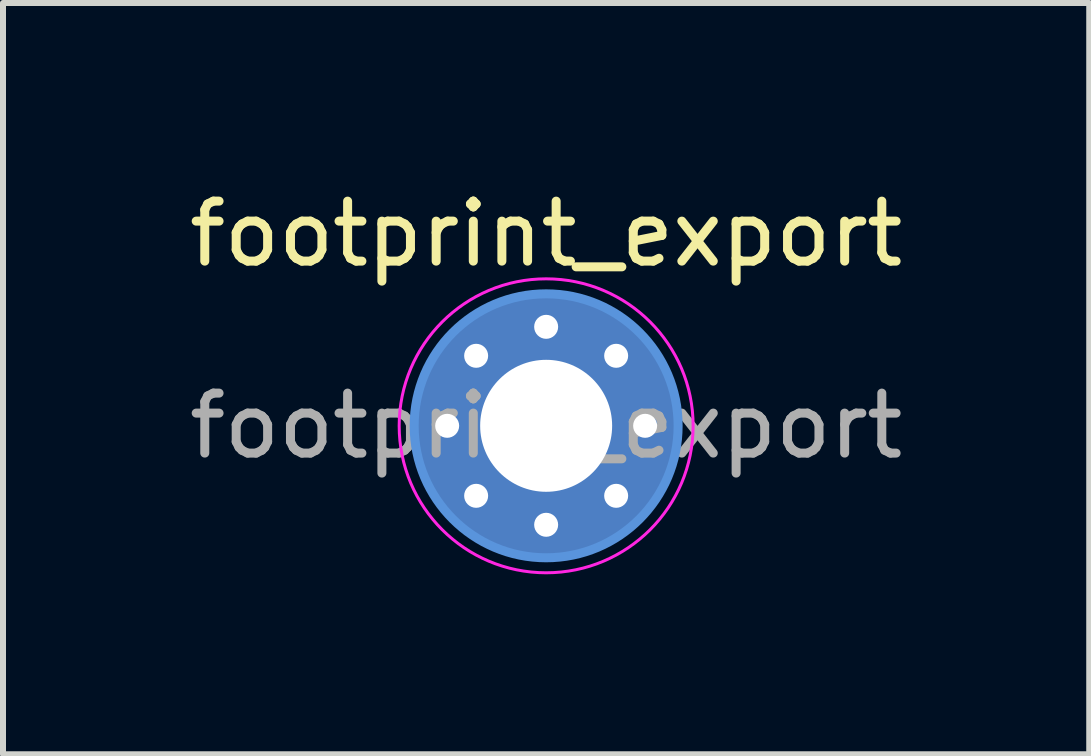
<source format=kicad_pcb>
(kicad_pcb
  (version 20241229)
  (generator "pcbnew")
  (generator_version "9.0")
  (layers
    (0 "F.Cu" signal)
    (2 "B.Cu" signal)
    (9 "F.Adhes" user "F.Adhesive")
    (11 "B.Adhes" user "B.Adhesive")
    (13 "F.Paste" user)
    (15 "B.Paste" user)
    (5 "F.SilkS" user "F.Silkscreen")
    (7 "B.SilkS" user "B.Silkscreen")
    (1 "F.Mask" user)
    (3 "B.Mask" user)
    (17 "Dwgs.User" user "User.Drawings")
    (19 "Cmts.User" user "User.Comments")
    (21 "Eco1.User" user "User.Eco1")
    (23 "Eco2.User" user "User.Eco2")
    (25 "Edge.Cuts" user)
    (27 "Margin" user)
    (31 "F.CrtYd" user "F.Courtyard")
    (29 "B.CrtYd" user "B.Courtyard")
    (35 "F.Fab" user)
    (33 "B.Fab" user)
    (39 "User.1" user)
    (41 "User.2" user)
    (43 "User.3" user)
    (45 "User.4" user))
  (footprint "footprint_export"
    (layer "F.Cu")
    (at 6.054 4.048)
    (property "Reference" "footprint_export" (at 0 -3.2 0) (layer "F.SilkS") (effects (font (size 1 1) (thickness 0.15))))
    (attr exclude_from_pos_files exclude_from_bom)
    (fp_circle (center 0 0) (end 2.2 0) (stroke (width 0.15) (type solid)) (fill no) (layer "Cmts.User"))
    (fp_circle (center 0 0) (end 2.45 0) (stroke (width 0.05) (type solid)) (fill no) (layer "F.CrtYd"))
    (fp_text user "${REFERENCE}" (at 0 0 0) (layer "F.Fab") (effects (font (size 1 1) (thickness 0.15))))
    (pad "1" thru_hole circle (at -1.65 0) (size 0.7 0.7) (drill 0.4) (layers "*.Cu" "*.Mask"))
    (pad "1" thru_hole circle (at -1.167 -1.167) (size 0.7 0.7) (drill 0.4) (layers "*.Cu" "*.Mask"))
    (pad "1" thru_hole circle (at -1.167 1.167) (size 0.7 0.7) (drill 0.4) (layers "*.Cu" "*.Mask"))
    (pad "1" thru_hole circle (at 0 -1.65) (size 0.7 0.7) (drill 0.4) (layers "*.Cu" "*.Mask"))
    (pad "1" thru_hole circle (at 0 0) (size 4.4 4.4) (drill 2.2) (layers "*.Cu" "*.Mask"))
    (pad "1" thru_hole circle (at 0 1.65) (size 0.7 0.7) (drill 0.4) (layers "*.Cu" "*.Mask"))
    (pad "1" thru_hole circle (at 1.167 -1.167) (size 0.7 0.7) (drill 0.4) (layers "*.Cu" "*.Mask"))
    (pad "1" thru_hole circle (at 1.167 1.167) (size 0.7 0.7) (drill 0.4) (layers "*.Cu" "*.Mask"))
    (pad "1" thru_hole circle (at 1.65 0) (size 0.7 0.7) (drill 0.4) (layers "*.Cu" "*.Mask")))
  (gr_rect
    (start -3 -3)
    (end 15.107 9.523)
    (stroke (width 0.1) (type default))
    (fill no)
    (layer "Edge.Cuts")))
</source>
